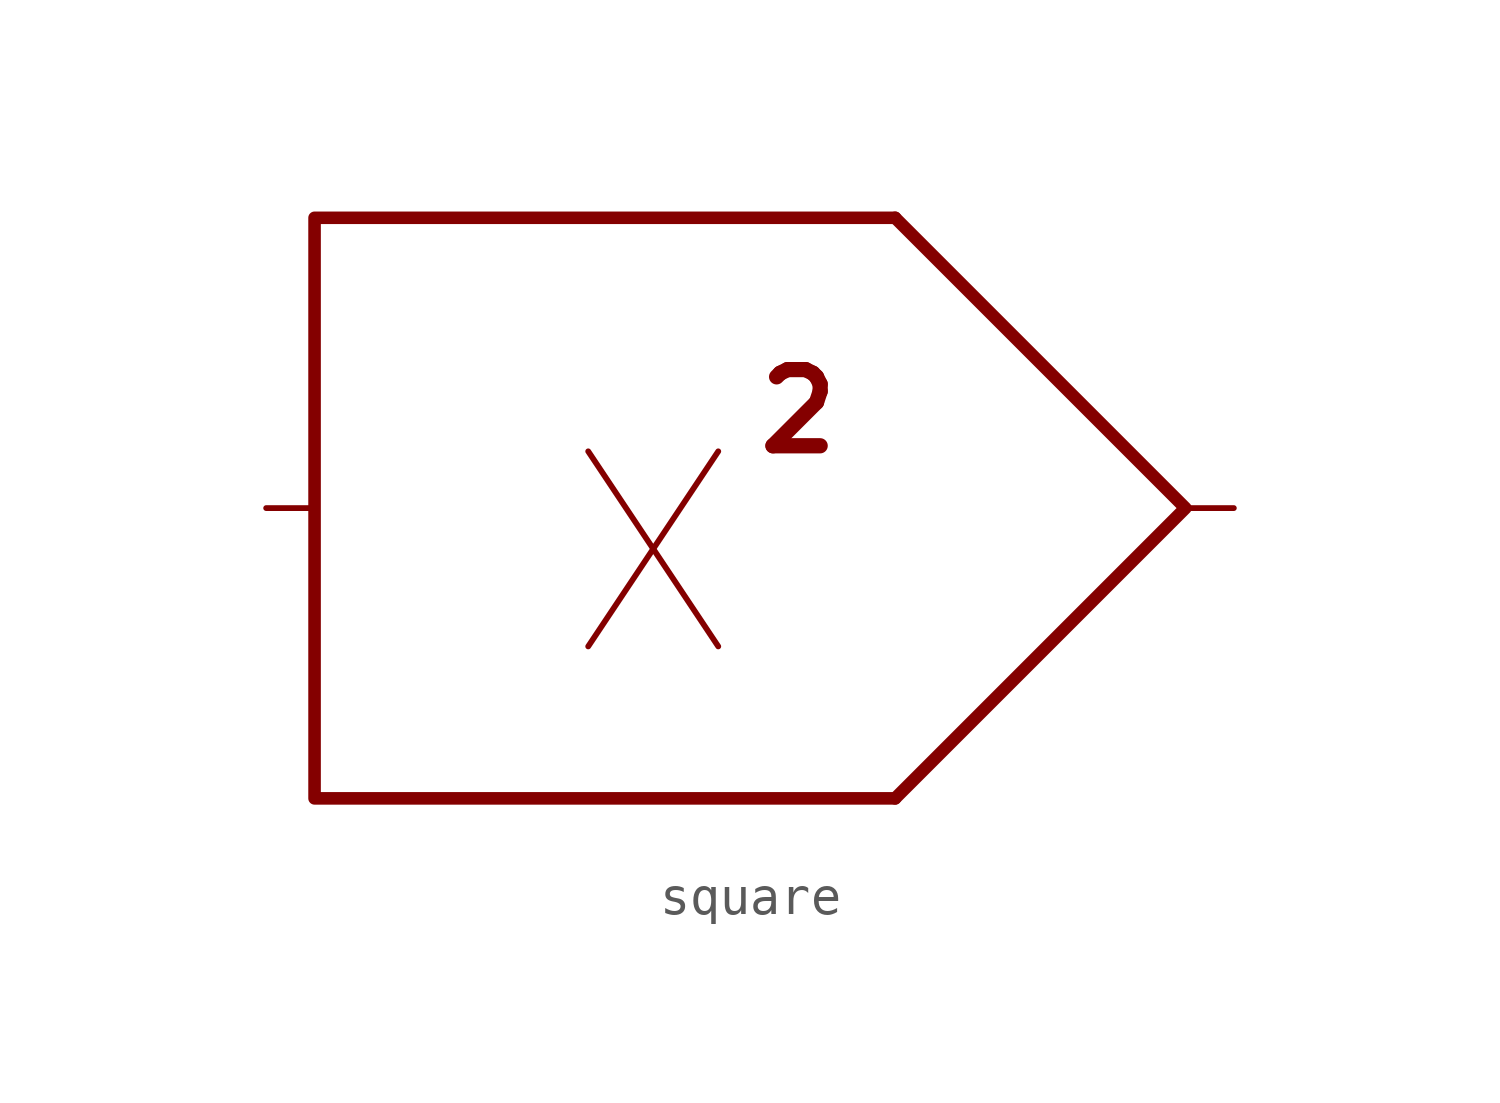
<source format=kicad_sym>
(kicad_symbol_lib
  (version 20211014)
  (generator kicad_symbol_editor)
  (symbol "square"
    (property "Reference" "U"
      (at 3.81 12.7 0)
      (effects (font (size 1.27 1.27)) hide))
    (symbol "square_0_0"
      (polyline (pts (xy 0 7.62) (xy -15.24 7.62) (xy -15.24 -7.62) (xy 0 -7.62)) (stroke (width 0.33) (type default) (color 0 0 0 0)) (fill (type none)))
      (text "2" (at -2.54 2.54 0) (effects (font (size 2 2) bold)))
      (text "X" (at -6.35 -1.27 0) (effects (font (size 5.12 5.12)))))
    (symbol "square_0_1"
      (polyline (pts (xy 0 7.62) (xy 7.62 0) (xy 0 -7.62)) (stroke (width 0.33) (type default) (color 0 0 0 0)) (fill (type none))))
    (symbol "square_1_1"
      (pin input line (at -16.51 0 0) (length 1.27) (name "" (effects (font (size 1.27 1.27)))) (number "" (effects (font (size 1.27 1.27)))))
      (pin output line (at 8.89 0 180) (length 1.27) (name "" (effects (font (size 1.27 1.27)))) (number "" (effects (font (size 1.27 1.27))))))))
</source>
